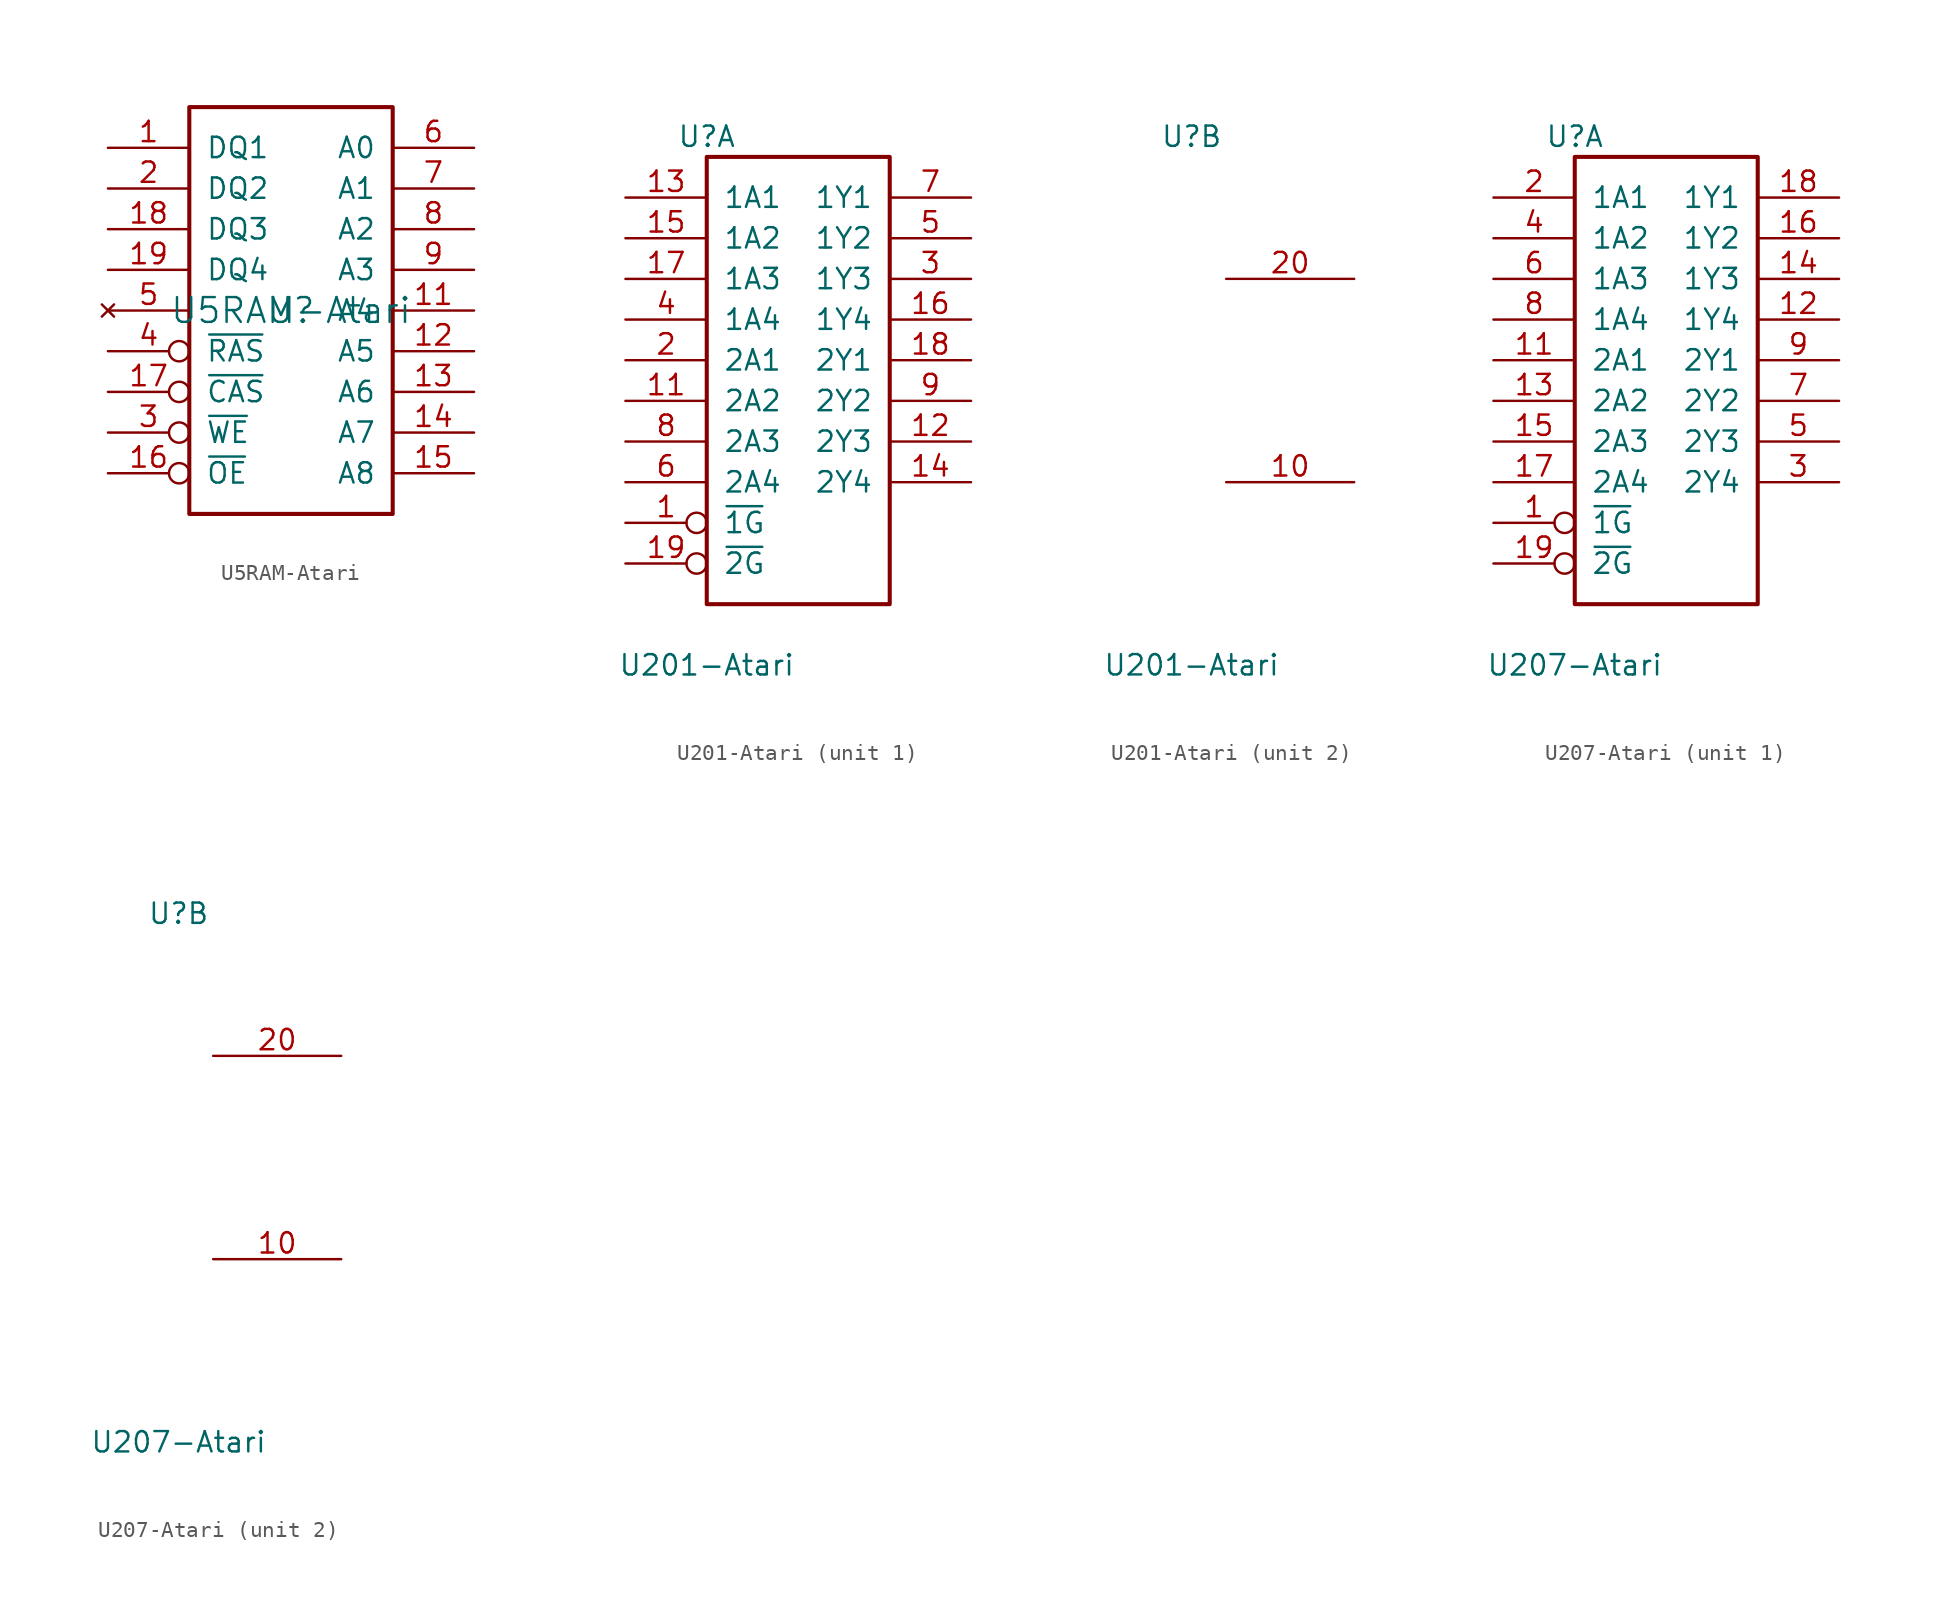
<source format=kicad_sym>
(kicad_symbol_lib
  (version 20231120)
  (generator "kicad_symbol_editor")
  (generator_version "8.0")
  (symbol "U5RAM-Atari"
    (pin_names
      (offset 1.016))
    (property "Reference" "U"
      (at 0 0 0)
      (effects (font (size 1.549 1.549))))
    (property "Value" "U5RAM-Atari"
      (at 0 0 0)
      (effects (font (size 1.549 1.549))))
    (symbol "U5RAM-Atari_0_0"
      (pin bidirectional line (at -11.43 10.16 0) (length 5.08) (name "DQ1" (effects (font (size 1.27 1.27)))) (number "1" (effects (font (size 1.27 1.27)))))
      (pin power_in line (at 0 1.27 270) (length 0) hide (name "VCC" (effects (font (size 0 0)))) (number "10" (effects (font (size 1.27 1.27)))))
      (pin input line (at 11.43 0 180) (length 5.08) (name "A4" (effects (font (size 1.27 1.27)))) (number "11" (effects (font (size 1.27 1.27)))))
      (pin input line (at 11.43 -2.54 180) (length 5.08) (name "A5" (effects (font (size 1.27 1.27)))) (number "12" (effects (font (size 1.27 1.27)))))
      (pin input line (at 11.43 -5.08 180) (length 5.08) (name "A6" (effects (font (size 1.27 1.27)))) (number "13" (effects (font (size 1.27 1.27)))))
      (pin input line (at 11.43 -7.62 180) (length 5.08) (name "A7" (effects (font (size 1.27 1.27)))) (number "14" (effects (font (size 1.27 1.27)))))
      (pin input line (at 11.43 -10.16 180) (length 5.08) (name "A8" (effects (font (size 1.27 1.27)))) (number "15" (effects (font (size 1.27 1.27)))))
      (pin bidirectional inverted (at -11.43 -10.16 0) (length 5.08) (name "~{OE}" (effects (font (size 1.27 1.27)))) (number "16" (effects (font (size 1.27 1.27)))))
      (pin bidirectional inverted (at -11.43 -5.08 0) (length 5.08) (name "~{CAS}" (effects (font (size 1.27 1.27)))) (number "17" (effects (font (size 1.27 1.27)))))
      (pin bidirectional line (at -11.43 5.08 0) (length 5.08) (name "DQ3" (effects (font (size 1.27 1.27)))) (number "18" (effects (font (size 1.27 1.27)))))
      (pin bidirectional line (at -11.43 2.54 0) (length 5.08) (name "DQ4" (effects (font (size 1.27 1.27)))) (number "19" (effects (font (size 1.27 1.27)))))
      (pin bidirectional line (at -11.43 7.62 0) (length 5.08) (name "DQ2" (effects (font (size 1.27 1.27)))) (number "2" (effects (font (size 1.27 1.27)))))
      (pin power_in line (at 0 -1.27 90) (length 0) hide (name "GND" (effects (font (size 0 0)))) (number "20" (effects (font (size 1.27 1.27)))))
      (pin bidirectional inverted (at -11.43 -7.62 0) (length 5.08) (name "~{WE}" (effects (font (size 1.27 1.27)))) (number "3" (effects (font (size 1.27 1.27)))))
      (pin bidirectional inverted (at -11.43 -2.54 0) (length 5.08) (name "~{RAS}" (effects (font (size 1.27 1.27)))) (number "4" (effects (font (size 1.27 1.27)))))
      (pin no_connect line (at -11.43 0 0) (length 5.08) (name "~" (effects (font (size 1.27 1.27)))) (number "5" (effects (font (size 1.27 1.27)))))
      (pin input line (at 11.43 10.16 180) (length 5.08) (name "A0" (effects (font (size 1.27 1.27)))) (number "6" (effects (font (size 1.27 1.27)))))
      (pin input line (at 11.43 7.62 180) (length 5.08) (name "A1" (effects (font (size 1.27 1.27)))) (number "7" (effects (font (size 1.27 1.27)))))
      (pin input line (at 11.43 5.08 180) (length 5.08) (name "A2" (effects (font (size 1.27 1.27)))) (number "8" (effects (font (size 1.27 1.27)))))
      (pin input line (at 11.43 2.54 180) (length 5.08) (name "A3" (effects (font (size 1.27 1.27)))) (number "9" (effects (font (size 1.27 1.27))))))
    (symbol "U5RAM-Atari_0_1"
      (rectangle (start -6.35 12.7) (end 6.35 -12.7) (stroke (width 0.254) (type solid)) (fill (type none)))))
  (symbol "U201-Atari"
    (pin_names
      (offset 1.016))
    (property "Reference" "U"
      (at -6.35 15.24 0)
      (effects (font (size 1.27 1.27))))
    (property "Value" "U201-Atari"
      (at -6.35 -17.78 0)
      (effects (font (size 1.27 1.27))))
    (symbol "U201-Atari_1_0"
      (pin input inverted (at -11.43 -8.89 0) (length 5.08) (name "~{1G}" (effects (font (size 1.27 1.27)))) (number "1" (effects (font (size 1.27 1.27)))))
      (pin input line (at -11.43 -1.27 0) (length 5.08) (name "2A2" (effects (font (size 1.27 1.27)))) (number "11" (effects (font (size 1.27 1.27)))))
      (pin output line (at 10.16 -3.81 180) (length 5.08) (name "2Y3" (effects (font (size 1.27 1.27)))) (number "12" (effects (font (size 1.27 1.27)))))
      (pin input line (at -11.43 11.43 0) (length 5.08) (name "1A1" (effects (font (size 1.27 1.27)))) (number "13" (effects (font (size 1.27 1.27)))))
      (pin output line (at 10.16 -6.35 180) (length 5.08) (name "2Y4" (effects (font (size 1.27 1.27)))) (number "14" (effects (font (size 1.27 1.27)))))
      (pin input line (at -11.43 8.89 0) (length 5.08) (name "1A2" (effects (font (size 1.27 1.27)))) (number "15" (effects (font (size 1.27 1.27)))))
      (pin output line (at 10.16 3.81 180) (length 5.08) (name "1Y4" (effects (font (size 1.27 1.27)))) (number "16" (effects (font (size 1.27 1.27)))))
      (pin input line (at -11.43 6.35 0) (length 5.08) (name "1A3" (effects (font (size 1.27 1.27)))) (number "17" (effects (font (size 1.27 1.27)))))
      (pin output line (at 10.16 1.27 180) (length 5.08) (name "2Y1" (effects (font (size 1.27 1.27)))) (number "18" (effects (font (size 1.27 1.27)))))
      (pin input inverted (at -11.43 -11.43 0) (length 5.08) (name "~{2G}" (effects (font (size 1.27 1.27)))) (number "19" (effects (font (size 1.27 1.27)))))
      (pin input line (at -11.43 1.27 0) (length 5.08) (name "2A1" (effects (font (size 1.27 1.27)))) (number "2" (effects (font (size 1.27 1.27)))))
      (pin output line (at 10.16 6.35 180) (length 5.08) (name "1Y3" (effects (font (size 1.27 1.27)))) (number "3" (effects (font (size 1.27 1.27)))))
      (pin input line (at -11.43 3.81 0) (length 5.08) (name "1A4" (effects (font (size 1.27 1.27)))) (number "4" (effects (font (size 1.27 1.27)))))
      (pin output line (at 10.16 8.89 180) (length 5.08) (name "1Y2" (effects (font (size 1.27 1.27)))) (number "5" (effects (font (size 1.27 1.27)))))
      (pin input line (at -11.43 -6.35 0) (length 5.08) (name "2A4" (effects (font (size 1.27 1.27)))) (number "6" (effects (font (size 1.27 1.27)))))
      (pin output line (at 10.16 11.43 180) (length 5.08) (name "1Y1" (effects (font (size 1.27 1.27)))) (number "7" (effects (font (size 1.27 1.27)))))
      (pin input line (at -11.43 -3.81 0) (length 5.08) (name "2A3" (effects (font (size 1.27 1.27)))) (number "8" (effects (font (size 1.27 1.27)))))
      (pin output line (at 10.16 -1.27 180) (length 5.08) (name "2Y2" (effects (font (size 1.27 1.27)))) (number "9" (effects (font (size 1.27 1.27))))))
    (symbol "U201-Atari_1_1"
      (rectangle (start -6.35 13.97) (end 5.08 -13.97) (stroke (width 0.254) (type solid)) (fill (type none))))
    (symbol "U201-Atari_2_1"
      (pin power_in line (at 3.81 -6.35 180) (length 8.001) (name "GND" (effects (font (size 0 0)))) (number "10" (effects (font (size 1.27 1.27)))))
      (pin power_in line (at 3.81 6.35 180) (length 8.001) (name "VCC" (effects (font (size 0 0)))) (number "20" (effects (font (size 1.27 1.27)))))))
  (symbol "U207-Atari"
    (pin_names
      (offset 1.016))
    (property "Reference" "U"
      (at -6.35 15.24 0)
      (effects (font (size 1.27 1.27))))
    (property "Value" "U207-Atari"
      (at -6.35 -17.78 0)
      (effects (font (size 1.27 1.27))))
    (symbol "U207-Atari_1_0"
      (pin input inverted (at -11.43 -8.89 0) (length 5.08) (name "~{1G}" (effects (font (size 1.27 1.27)))) (number "1" (effects (font (size 1.27 1.27)))))
      (pin input line (at -11.43 1.27 0) (length 5.08) (name "2A1" (effects (font (size 1.27 1.27)))) (number "11" (effects (font (size 1.27 1.27)))))
      (pin output line (at 10.16 3.81 180) (length 5.08) (name "1Y4" (effects (font (size 1.27 1.27)))) (number "12" (effects (font (size 1.27 1.27)))))
      (pin input line (at -11.43 -1.27 0) (length 5.08) (name "2A2" (effects (font (size 1.27 1.27)))) (number "13" (effects (font (size 1.27 1.27)))))
      (pin output line (at 10.16 6.35 180) (length 5.08) (name "1Y3" (effects (font (size 1.27 1.27)))) (number "14" (effects (font (size 1.27 1.27)))))
      (pin input line (at -11.43 -3.81 0) (length 5.08) (name "2A3" (effects (font (size 1.27 1.27)))) (number "15" (effects (font (size 1.27 1.27)))))
      (pin output line (at 10.16 8.89 180) (length 5.08) (name "1Y2" (effects (font (size 1.27 1.27)))) (number "16" (effects (font (size 1.27 1.27)))))
      (pin input line (at -11.43 -6.35 0) (length 5.08) (name "2A4" (effects (font (size 1.27 1.27)))) (number "17" (effects (font (size 1.27 1.27)))))
      (pin output line (at 10.16 11.43 180) (length 5.08) (name "1Y1" (effects (font (size 1.27 1.27)))) (number "18" (effects (font (size 1.27 1.27)))))
      (pin input inverted (at -11.43 -11.43 0) (length 5.08) (name "~{2G}" (effects (font (size 1.27 1.27)))) (number "19" (effects (font (size 1.27 1.27)))))
      (pin input line (at -11.43 11.43 0) (length 5.08) (name "1A1" (effects (font (size 1.27 1.27)))) (number "2" (effects (font (size 1.27 1.27)))))
      (pin output line (at 10.16 -6.35 180) (length 5.08) (name "2Y4" (effects (font (size 1.27 1.27)))) (number "3" (effects (font (size 1.27 1.27)))))
      (pin input line (at -11.43 8.89 0) (length 5.08) (name "1A2" (effects (font (size 1.27 1.27)))) (number "4" (effects (font (size 1.27 1.27)))))
      (pin output line (at 10.16 -3.81 180) (length 5.08) (name "2Y3" (effects (font (size 1.27 1.27)))) (number "5" (effects (font (size 1.27 1.27)))))
      (pin input line (at -11.43 6.35 0) (length 5.08) (name "1A3" (effects (font (size 1.27 1.27)))) (number "6" (effects (font (size 1.27 1.27)))))
      (pin output line (at 10.16 -1.27 180) (length 5.08) (name "2Y2" (effects (font (size 1.27 1.27)))) (number "7" (effects (font (size 1.27 1.27)))))
      (pin input line (at -11.43 3.81 0) (length 5.08) (name "1A4" (effects (font (size 1.27 1.27)))) (number "8" (effects (font (size 1.27 1.27)))))
      (pin output line (at 10.16 1.27 180) (length 5.08) (name "2Y1" (effects (font (size 1.27 1.27)))) (number "9" (effects (font (size 1.27 1.27))))))
    (symbol "U207-Atari_1_1"
      (rectangle (start -6.35 13.97) (end 5.08 -13.97) (stroke (width 0.254) (type solid)) (fill (type none))))
    (symbol "U207-Atari_2_1"
      (pin power_in line (at 3.81 -6.35 180) (length 8.001) (name "GND" (effects (font (size 0 0)))) (number "10" (effects (font (size 1.27 1.27)))))
      (pin power_in line (at 3.81 6.35 180) (length 8.001) (name "VCC" (effects (font (size 0 0)))) (number "20" (effects (font (size 1.27 1.27))))))))
</source>
